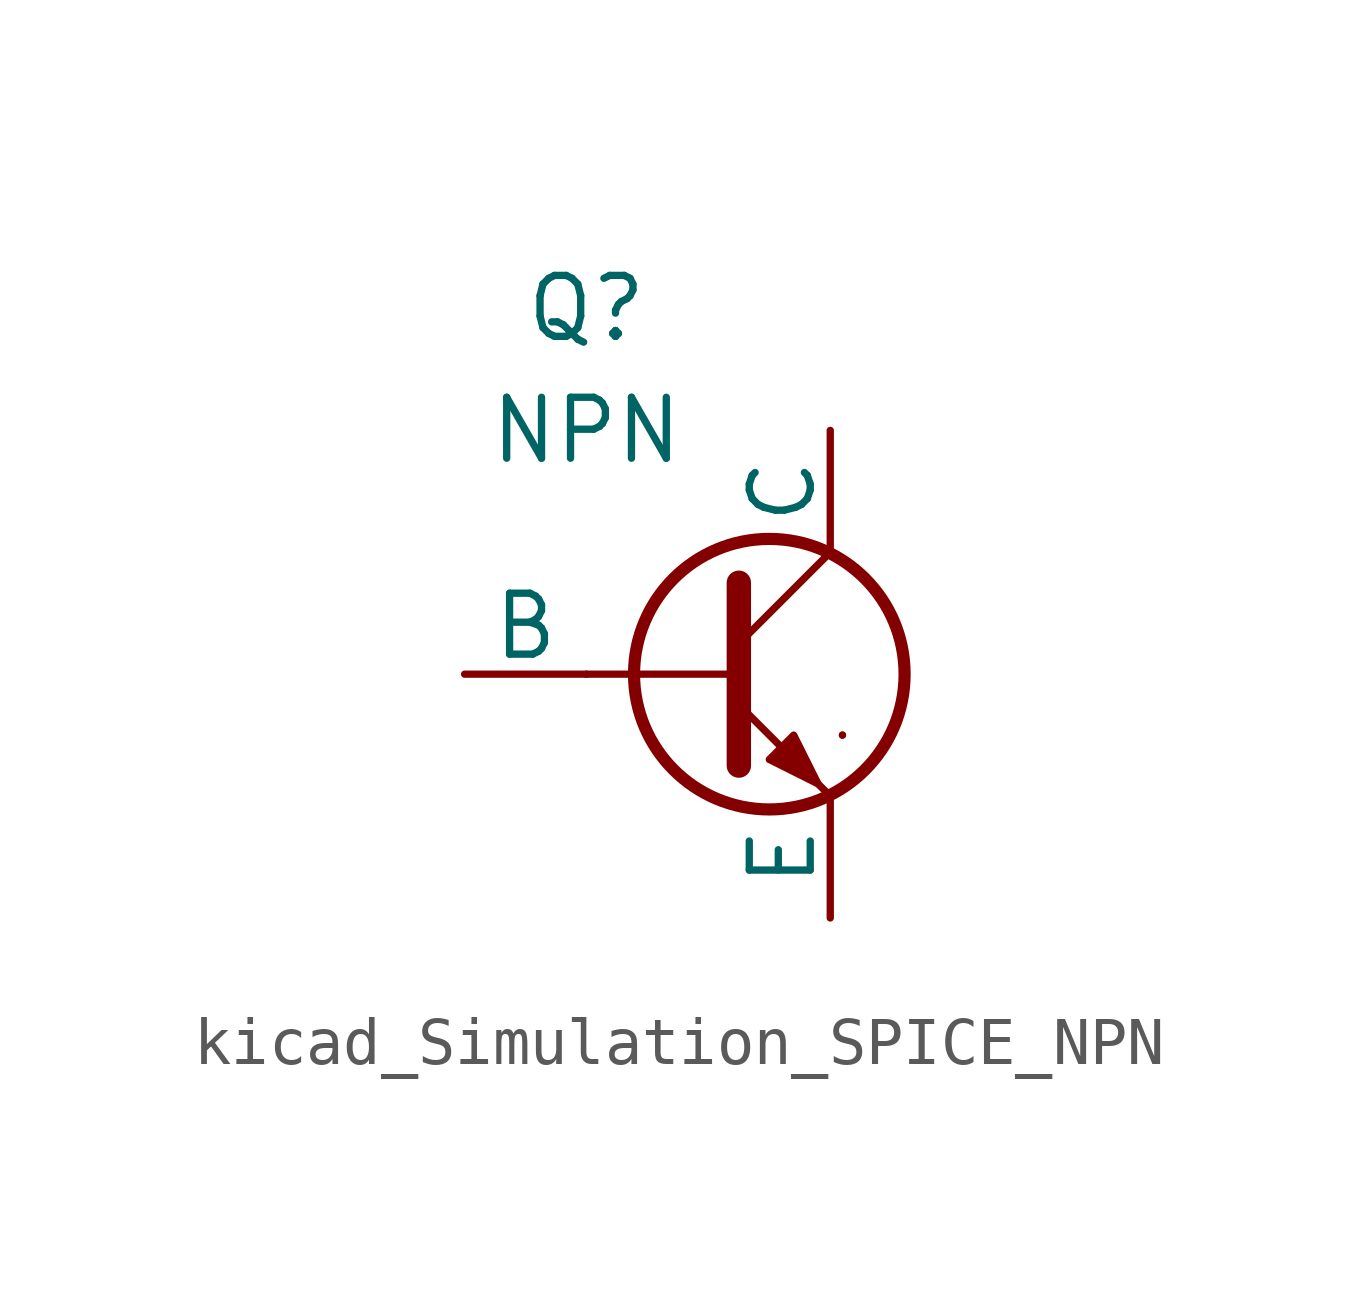
<source format=kicad_sym>
(kicad_symbol_lib
  (version 20220914)
  (generator kicad_symbol_editor)
  (symbol "kicad_Simulation_SPICE_NPN"
    (pin_numbers hide)
    (pin_names
      (offset 0))
    (property "Reference" "Q"
      (at -2.54 7.62 0)
      (effects (font (size 1.27 1.27))))
    (property "Value" "NPN"
      (at -2.54 5.08 0)
      (effects (font (size 1.27 1.27))))
    (symbol "kicad_Simulation_SPICE_NPN_0_1"
      (polyline (pts (xy -2.54 0) (xy 0.635 0)) (stroke (width 0.152) (type default)) (fill (type none)))
      (polyline (pts (xy 0.635 0.635) (xy 2.54 2.54)) (stroke (width 0) (type default)) (fill (type none)))
      (polyline (pts (xy 2.794 -1.27) (xy 2.794 -1.27)) (stroke (width 0.152) (type default)) (fill (type none)))
      (polyline (pts (xy 2.794 -1.27) (xy 2.794 -1.27)) (stroke (width 0.152) (type default)) (fill (type none)))
      (polyline (pts (xy 0.635 -0.635) (xy 2.54 -2.54) (xy 2.54 -2.54)) (stroke (width 0) (type default)) (fill (type none)))
      (polyline (pts (xy 0.635 1.905) (xy 0.635 -1.905) (xy 0.635 -1.905)) (stroke (width 0.508) (type default)) (fill (type none)))
      (polyline (pts (xy 1.27 -1.778) (xy 1.778 -1.27) (xy 2.286 -2.286) (xy 1.27 -1.778) (xy 1.27 -1.778)) (stroke (width 0) (type default)) (fill (type outline)))
      (circle (center 1.27 0) (radius 2.819) (stroke (width 0.254) (type default)) (fill (type none))))
    (symbol "kicad_Simulation_SPICE_NPN_1_1"
      (pin open_collector line (at 2.54 5.08 270) (length 2.54) (name "C" (effects (font (size 1.27 1.27)))) (number "1" (effects (font (size 1.27 1.27)))))
      (pin input line (at -5.08 0 0) (length 2.54) (name "B" (effects (font (size 1.27 1.27)))) (number "2" (effects (font (size 1.27 1.27)))))
      (pin open_emitter line (at 2.54 -5.08 90) (length 2.54) (name "E" (effects (font (size 1.27 1.27)))) (number "3" (effects (font (size 1.27 1.27))))))))
</source>
